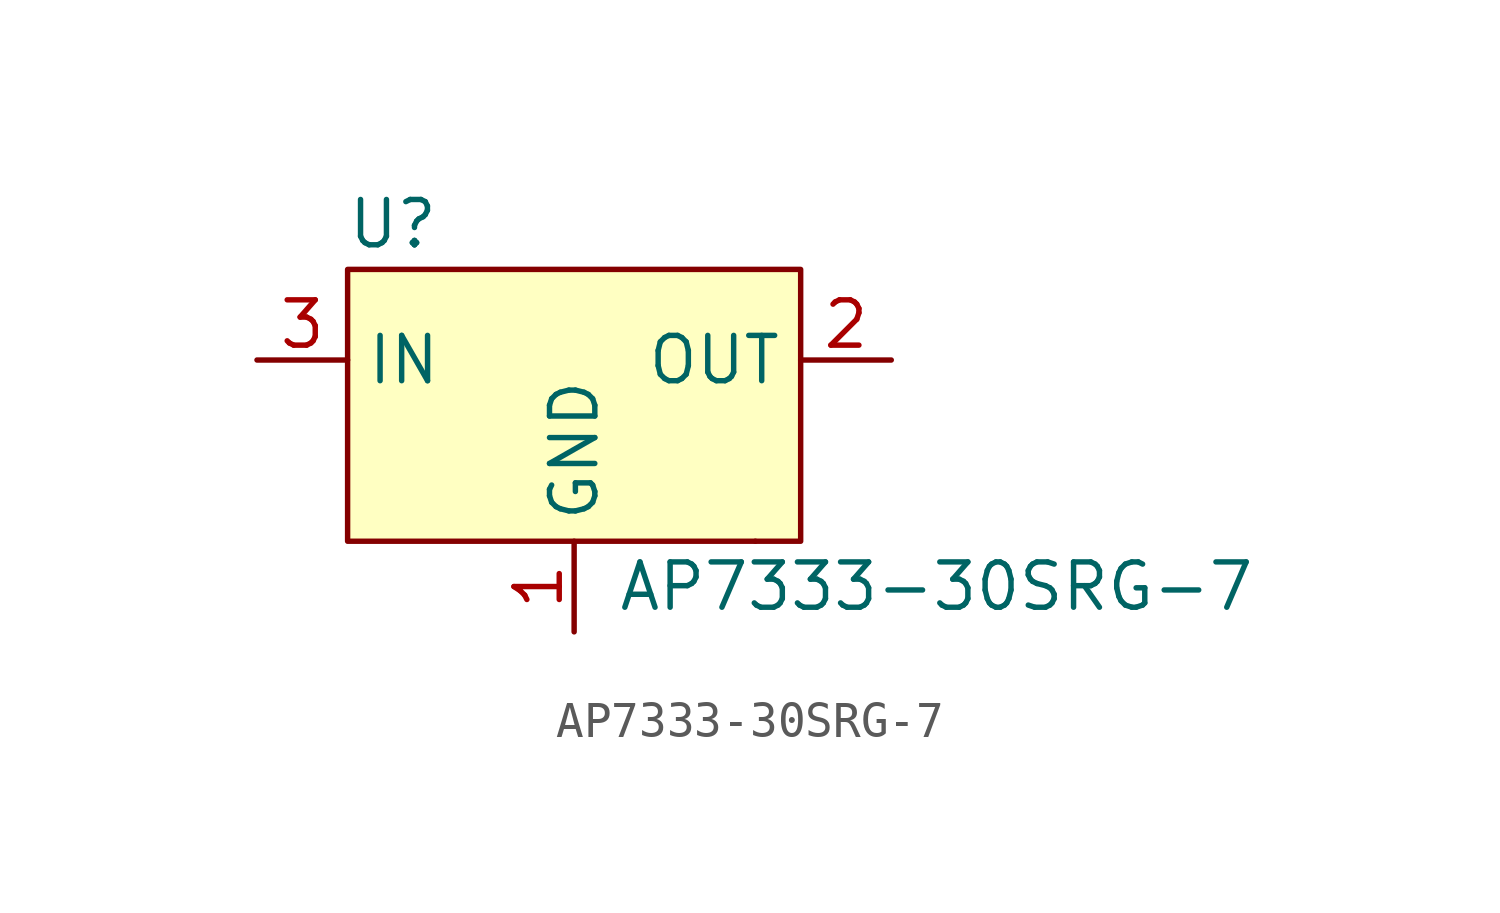
<source format=kicad_sym>
(kicad_symbol_lib
  (version 20211014)
  (generator kicad_symbol_editor)
  (symbol "AP7333-30SRG-7"
    (property "Reference" "U"
      (at -5.08 3.81 0)
      (effects (font (size 1.27 1.27))))
    (property "Value" "AP7333-30SRG-7"
      (at 10.16 -6.35 0)
      (effects (font (size 1.27 1.27))))
    (symbol "AP7333-30SRG-7_0_1"
      (rectangle (start -6.35 2.54) (end 6.35 -5.08) (stroke (width 0) (type default) (color 0 0 0 0)) (fill (type background)))
      (rectangle (start 5.08 -5.08) (end 5.08 -5.08) (stroke (width 0) (type default) (color 0 0 0 0)) (fill (type none))))
    (symbol "AP7333-30SRG-7_1_1"
      (pin output line (at 0 -7.62 90) (length 2.54) (name "GND" (effects (font (size 1.27 1.27)))) (number "1" (effects (font (size 1.27 1.27)))))
      (pin output line (at 8.89 0 180) (length 2.54) (name "OUT" (effects (font (size 1.27 1.27)))) (number "2" (effects (font (size 1.27 1.27)))))
      (pin output line (at -8.89 0 0) (length 2.54) (name "IN" (effects (font (size 1.27 1.27)))) (number "3" (effects (font (size 1.27 1.27))))))))
</source>
